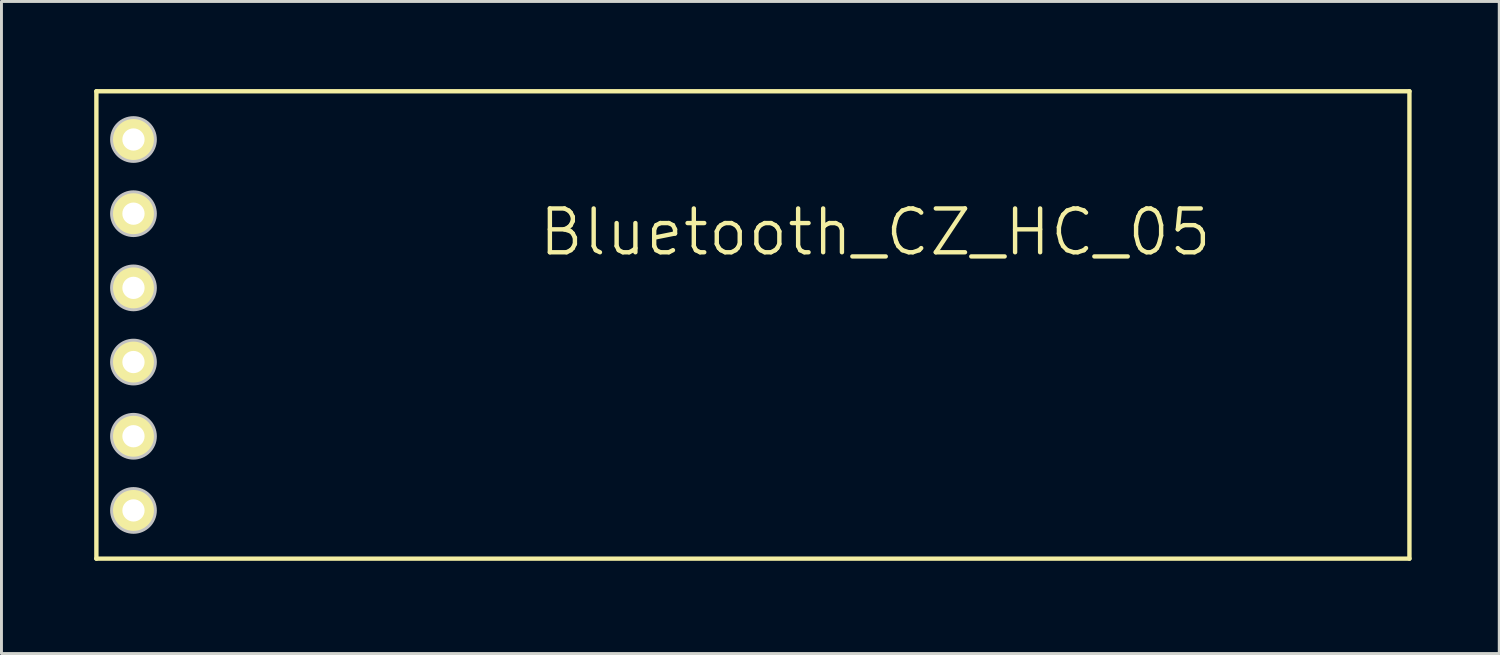
<source format=kicad_pcb>
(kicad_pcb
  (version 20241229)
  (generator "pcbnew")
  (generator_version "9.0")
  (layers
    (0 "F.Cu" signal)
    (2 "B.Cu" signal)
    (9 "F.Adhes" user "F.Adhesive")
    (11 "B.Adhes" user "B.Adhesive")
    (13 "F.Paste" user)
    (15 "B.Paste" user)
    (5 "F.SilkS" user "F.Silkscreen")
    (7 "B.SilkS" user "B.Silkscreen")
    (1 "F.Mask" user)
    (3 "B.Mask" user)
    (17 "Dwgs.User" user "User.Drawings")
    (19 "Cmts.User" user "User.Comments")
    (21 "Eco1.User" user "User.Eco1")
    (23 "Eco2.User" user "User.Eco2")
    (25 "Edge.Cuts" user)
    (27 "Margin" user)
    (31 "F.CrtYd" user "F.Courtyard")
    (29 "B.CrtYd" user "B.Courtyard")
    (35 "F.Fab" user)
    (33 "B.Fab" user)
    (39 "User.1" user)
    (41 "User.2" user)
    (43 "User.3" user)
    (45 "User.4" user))
  (footprint "Bluetooth_CZ_HC_05"
    (layer "F.Cu")
    (at 0.25 16.077)
    (property "Reference" "Bluetooth_CZ_HC_05" (at 26.67 -11.176 0) (layer "F.SilkS") (effects (font (size 1.5 1.5) (thickness 0.15))))
    (attr through_hole)
    (fp_line (start 0 -16.002) (end 44.958 -16.002) (stroke (width 0.15) (type solid)) (layer "F.SilkS"))
    (fp_line (start 0 0) (end 0 -16.002) (stroke (width 0.15) (type solid)) (layer "F.SilkS"))
    (fp_line (start 44.958 -16.002) (end 44.958 0) (stroke (width 0.15) (type solid)) (layer "F.SilkS"))
    (fp_line (start 44.958 0) (end 0 0) (stroke (width 0.15) (type solid)) (layer "F.SilkS"))
    (fp_circle (center 1.27 -14.35) (end 2.02 -14.35) (stroke (width 0.1) (type solid)) (fill no) (layer "Dwgs.User"))
    (fp_circle (center 1.27 -11.81) (end 2.02 -11.81) (stroke (width 0.1) (type solid)) (fill no) (layer "Dwgs.User"))
    (fp_circle (center 1.27 -9.27) (end 2.02 -9.27) (stroke (width 0.1) (type solid)) (fill no) (layer "Dwgs.User"))
    (fp_circle (center 1.27 -6.73) (end 2.02 -6.73) (stroke (width 0.1) (type solid)) (fill no) (layer "Dwgs.User"))
    (fp_circle (center 1.27 -4.19) (end 2.02 -4.19) (stroke (width 0.1) (type solid)) (fill no) (layer "Dwgs.User"))
    (fp_circle (center 1.27 -1.65) (end 2.02 -1.65) (stroke (width 0.1) (type solid)) (fill no) (layer "Dwgs.User"))
    (pad "1" thru_hole circle (at 1.27 -14.351) (size 1.524 1.524) (drill 0.762) (layers "*.Cu" "*.Mask" "F.SilkS"))
    (pad "2" thru_hole circle (at 1.27 -11.811) (size 1.524 1.524) (drill 0.762) (layers "*.Cu" "*.Mask" "F.SilkS"))
    (pad "3" thru_hole circle (at 1.27 -9.271) (size 1.524 1.524) (drill 0.762) (layers "*.Cu" "*.Mask" "F.SilkS"))
    (pad "4" thru_hole circle (at 1.27 -6.731) (size 1.524 1.524) (drill 0.762) (layers "*.Cu" "*.Mask" "F.SilkS"))
    (pad "5" thru_hole circle (at 1.27 -4.191) (size 1.524 1.524) (drill 0.762) (layers "*.Cu" "*.Mask" "F.SilkS"))
    (pad "6" thru_hole circle (at 1.27 -1.651) (size 1.524 1.524) (drill 0.762) (layers "*.Cu" "*.Mask" "F.SilkS")))
  (gr_rect
    (start -3 -3)
    (end 48.283 19.327)
    (stroke (width 0.1) (type default))
    (fill no)
    (layer "Edge.Cuts")))
</source>
